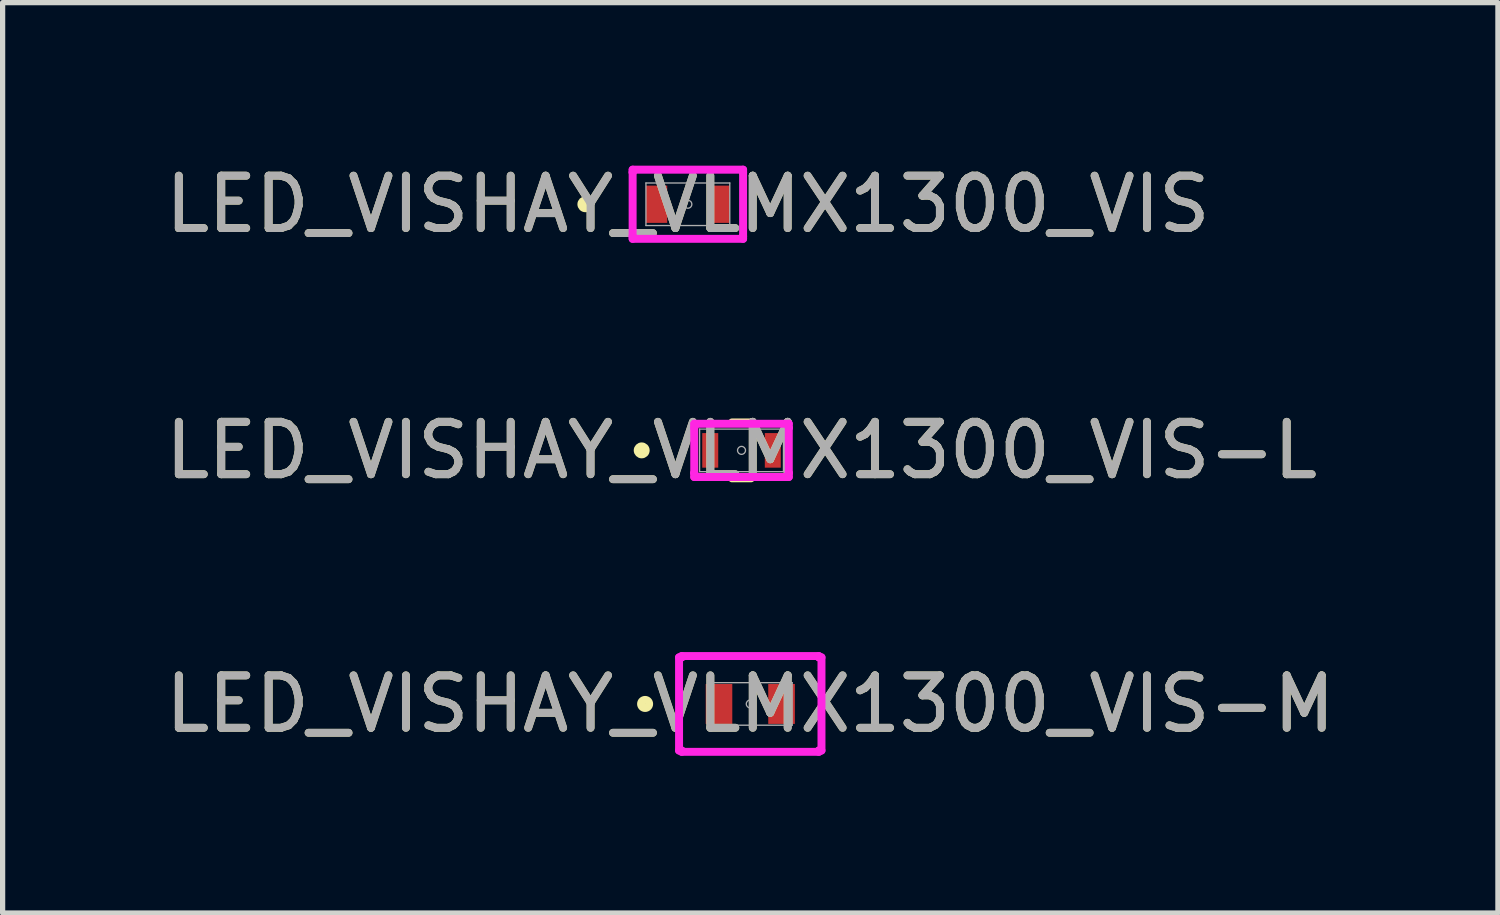
<source format=kicad_pcb>
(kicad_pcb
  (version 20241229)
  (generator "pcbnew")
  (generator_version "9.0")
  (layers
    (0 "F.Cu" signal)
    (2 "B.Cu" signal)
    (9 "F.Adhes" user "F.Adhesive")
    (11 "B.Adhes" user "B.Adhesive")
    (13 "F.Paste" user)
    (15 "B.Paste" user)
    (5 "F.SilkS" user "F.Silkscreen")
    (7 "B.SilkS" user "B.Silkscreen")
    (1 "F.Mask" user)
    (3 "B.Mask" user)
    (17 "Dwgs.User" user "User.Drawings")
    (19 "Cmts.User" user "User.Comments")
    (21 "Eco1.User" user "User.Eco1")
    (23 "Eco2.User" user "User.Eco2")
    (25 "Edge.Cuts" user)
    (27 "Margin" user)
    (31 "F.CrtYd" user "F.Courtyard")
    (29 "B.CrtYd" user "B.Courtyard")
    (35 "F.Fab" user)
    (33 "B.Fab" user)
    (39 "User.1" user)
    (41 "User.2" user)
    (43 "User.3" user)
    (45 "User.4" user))
  (footprint "LED_VISHAY_VLMX1300_VIS"
    (layer "F.Cu")
    (at 10.077 0.848)
    (property "Reference" "LED_VISHAY_VLMX1300_VIS" (at 0 0 0) (unlocked yes) (layer "F.SilkS") (effects (font (size 1 1) (thickness 0.15))))
    (attr smd)
    (fp_circle (center -1.956 0) (end -1.88 0) (stroke (width 0.152) (type solid)) (fill no) (layer "F.SilkS"))
    (fp_line (start -1.054 -0.66) (end 1.054 -0.66) (stroke (width 0.152) (type solid)) (layer "F.CrtYd"))
    (fp_line (start -1.054 -0.61) (end -1.054 -0.66) (stroke (width 0.152) (type solid)) (layer "F.CrtYd"))
    (fp_line (start -1.054 -0.61) (end -1.054 -0.61) (stroke (width 0.152) (type solid)) (layer "F.CrtYd"))
    (fp_line (start -1.054 0.61) (end -1.054 -0.61) (stroke (width 0.152) (type solid)) (layer "F.CrtYd"))
    (fp_line (start -1.054 0.61) (end -1.054 0.61) (stroke (width 0.152) (type solid)) (layer "F.CrtYd"))
    (fp_line (start -1.054 0.66) (end -1.054 0.61) (stroke (width 0.152) (type solid)) (layer "F.CrtYd"))
    (fp_line (start 1.054 -0.66) (end 1.054 -0.61) (stroke (width 0.152) (type solid)) (layer "F.CrtYd"))
    (fp_line (start 1.054 -0.61) (end 1.054 -0.61) (stroke (width 0.152) (type solid)) (layer "F.CrtYd"))
    (fp_line (start 1.054 -0.61) (end 1.054 0.61) (stroke (width 0.152) (type solid)) (layer "F.CrtYd"))
    (fp_line (start 1.054 0.61) (end 1.054 0.61) (stroke (width 0.152) (type solid)) (layer "F.CrtYd"))
    (fp_line (start 1.054 0.61) (end 1.054 0.66) (stroke (width 0.152) (type solid)) (layer "F.CrtYd"))
    (fp_line (start 1.054 0.66) (end -1.054 0.66) (stroke (width 0.152) (type solid)) (layer "F.CrtYd"))
    (fp_line (start -0.8 -0.406) (end -0.8 0.406) (stroke (width 0.025) (type solid)) (layer "F.Fab"))
    (fp_line (start -0.8 0.406) (end 0.8 0.406) (stroke (width 0.025) (type solid)) (layer "F.Fab"))
    (fp_line (start 0.8 -0.406) (end -0.8 -0.406) (stroke (width 0.025) (type solid)) (layer "F.Fab"))
    (fp_line (start 0.8 0.406) (end 0.8 -0.406) (stroke (width 0.025) (type solid)) (layer "F.Fab"))
    (fp_circle (center 0 0) (end 0.076 0) (stroke (width 0.025) (type solid)) (fill no) (layer "F.Fab"))
    (fp_text user "${REFERENCE}" (at 0 0 0) (unlocked yes) (layer "F.Fab") (effects (font (size 1 1) (thickness 0.15))))
    (pad "1" smd rect (at -0.597 0) (size 0.406 0.711) (layers "F.Cu" "F.Mask" "F.Paste"))
    (pad "2" smd rect (at 0.597 0) (size 0.406 0.711) (layers "F.Cu" "F.Mask" "F.Paste")))
  (footprint "LED_VISHAY_VLMX1300_VIS-M"
    (layer "F.Cu")
    (at 11.268 10.384)
    (property "Reference" "LED_VISHAY_VLMX1300_VIS-M" (at 0 0 0) (unlocked yes) (layer "F.SilkS") (effects (font (size 1 1) (thickness 0.15))))
    (attr smd)
    (fp_circle (center -2.007 0) (end -1.93 0) (stroke (width 0.152) (type solid)) (fill no) (layer "F.SilkS"))
    (fp_line (start -1.359 -0.889) (end -1.308 -0.889) (stroke (width 0.152) (type solid)) (layer "F.CrtYd"))
    (fp_line (start -1.359 0.889) (end -1.359 -0.889) (stroke (width 0.152) (type solid)) (layer "F.CrtYd"))
    (fp_line (start -1.359 0.889) (end -1.308 0.889) (stroke (width 0.152) (type solid)) (layer "F.CrtYd"))
    (fp_line (start -1.308 -0.914) (end 1.308 -0.914) (stroke (width 0.152) (type solid)) (layer "F.CrtYd"))
    (fp_line (start -1.308 -0.889) (end -1.308 -0.914) (stroke (width 0.152) (type solid)) (layer "F.CrtYd"))
    (fp_line (start -1.308 0.914) (end -1.308 0.889) (stroke (width 0.152) (type solid)) (layer "F.CrtYd"))
    (fp_line (start 1.308 -0.914) (end 1.308 -0.889) (stroke (width 0.152) (type solid)) (layer "F.CrtYd"))
    (fp_line (start 1.308 0.889) (end 1.308 0.914) (stroke (width 0.152) (type solid)) (layer "F.CrtYd"))
    (fp_line (start 1.308 0.914) (end -1.308 0.914) (stroke (width 0.152) (type solid)) (layer "F.CrtYd"))
    (fp_line (start 1.359 -0.889) (end 1.308 -0.889) (stroke (width 0.152) (type solid)) (layer "F.CrtYd"))
    (fp_line (start 1.359 -0.889) (end 1.359 0.889) (stroke (width 0.152) (type solid)) (layer "F.CrtYd"))
    (fp_line (start 1.359 0.889) (end 1.308 0.889) (stroke (width 0.152) (type solid)) (layer "F.CrtYd"))
    (fp_line (start -0.8 -0.406) (end -0.8 0.406) (stroke (width 0.025) (type solid)) (layer "F.Fab"))
    (fp_line (start -0.8 0.406) (end 0.8 0.406) (stroke (width 0.025) (type solid)) (layer "F.Fab"))
    (fp_line (start 0.8 -0.406) (end -0.8 -0.406) (stroke (width 0.025) (type solid)) (layer "F.Fab"))
    (fp_line (start 0.8 0.406) (end 0.8 -0.406) (stroke (width 0.025) (type solid)) (layer "F.Fab"))
    (fp_circle (center 0 0) (end 0.076 0) (stroke (width 0.025) (type solid)) (fill no) (layer "F.Fab"))
    (fp_text user "${REFERENCE}" (at 0 0 0) (unlocked yes) (layer "F.Fab") (effects (font (size 1 1) (thickness 0.15))))
    (pad "1" smd rect (at -0.597 0) (size 0.508 0.762) (layers "F.Cu" "F.Mask" "F.Paste"))
    (pad "2" smd rect (at 0.597 0) (size 0.508 0.762) (layers "F.Cu" "F.Mask" "F.Paste")))
  (footprint "LED_VISHAY_VLMX1300_VIS-L"
    (layer "F.Cu")
    (at 11.101 5.545)
    (property "Reference" "LED_VISHAY_VLMX1300_VIS-L" (at 0 0 0) (unlocked yes) (layer "F.SilkS") (effects (font (size 1 1) (thickness 0.15))))
    (attr smd)
    (fp_line (start -0.181 0.533) (end 0.181 0.533) (stroke (width 0.152) (type solid)) (layer "F.SilkS"))
    (fp_line (start 0.181 -0.533) (end -0.181 -0.533) (stroke (width 0.152) (type solid)) (layer "F.SilkS"))
    (fp_circle (center -1.905 0) (end -1.829 0) (stroke (width 0.152) (type solid)) (fill no) (layer "F.SilkS"))
    (fp_line (start -0.902 -0.508) (end 0.902 -0.508) (stroke (width 0.152) (type solid)) (layer "F.CrtYd"))
    (fp_line (start -0.902 -0.432) (end -0.902 -0.508) (stroke (width 0.152) (type solid)) (layer "F.CrtYd"))
    (fp_line (start -0.902 -0.432) (end -0.902 -0.432) (stroke (width 0.152) (type solid)) (layer "F.CrtYd"))
    (fp_line (start -0.902 0.432) (end -0.902 -0.432) (stroke (width 0.152) (type solid)) (layer "F.CrtYd"))
    (fp_line (start -0.902 0.432) (end -0.902 0.432) (stroke (width 0.152) (type solid)) (layer "F.CrtYd"))
    (fp_line (start -0.902 0.508) (end -0.902 0.432) (stroke (width 0.152) (type solid)) (layer "F.CrtYd"))
    (fp_line (start 0.902 -0.508) (end 0.902 -0.432) (stroke (width 0.152) (type solid)) (layer "F.CrtYd"))
    (fp_line (start 0.902 -0.432) (end 0.902 -0.432) (stroke (width 0.152) (type solid)) (layer "F.CrtYd"))
    (fp_line (start 0.902 -0.432) (end 0.902 0.432) (stroke (width 0.152) (type solid)) (layer "F.CrtYd"))
    (fp_line (start 0.902 0.432) (end 0.902 0.432) (stroke (width 0.152) (type solid)) (layer "F.CrtYd"))
    (fp_line (start 0.902 0.432) (end 0.902 0.508) (stroke (width 0.152) (type solid)) (layer "F.CrtYd"))
    (fp_line (start 0.902 0.508) (end -0.902 0.508) (stroke (width 0.152) (type solid)) (layer "F.CrtYd"))
    (fp_line (start -0.8 -0.406) (end -0.8 0.406) (stroke (width 0.025) (type solid)) (layer "F.Fab"))
    (fp_line (start -0.8 0.406) (end 0.8 0.406) (stroke (width 0.025) (type solid)) (layer "F.Fab"))
    (fp_line (start 0.8 -0.406) (end -0.8 -0.406) (stroke (width 0.025) (type solid)) (layer "F.Fab"))
    (fp_line (start 0.8 0.406) (end 0.8 -0.406) (stroke (width 0.025) (type solid)) (layer "F.Fab"))
    (fp_circle (center 0 0) (end 0.076 0) (stroke (width 0.025) (type solid)) (fill no) (layer "F.Fab"))
    (fp_text user "${REFERENCE}" (at 0 0 0) (unlocked yes) (layer "F.Fab") (effects (font (size 1 1) (thickness 0.15))))
    (pad "1" smd rect (at -0.597 0) (size 0.305 0.66) (layers "F.Cu" "F.Mask" "F.Paste"))
    (pad "2" smd rect (at 0.597 0) (size 0.305 0.66) (layers "F.Cu" "F.Mask" "F.Paste")))
  (gr_rect
    (start -3 -3)
    (end 25.536 14.374)
    (stroke (width 0.1) (type default))
    (fill no)
    (layer "Edge.Cuts")))
</source>
